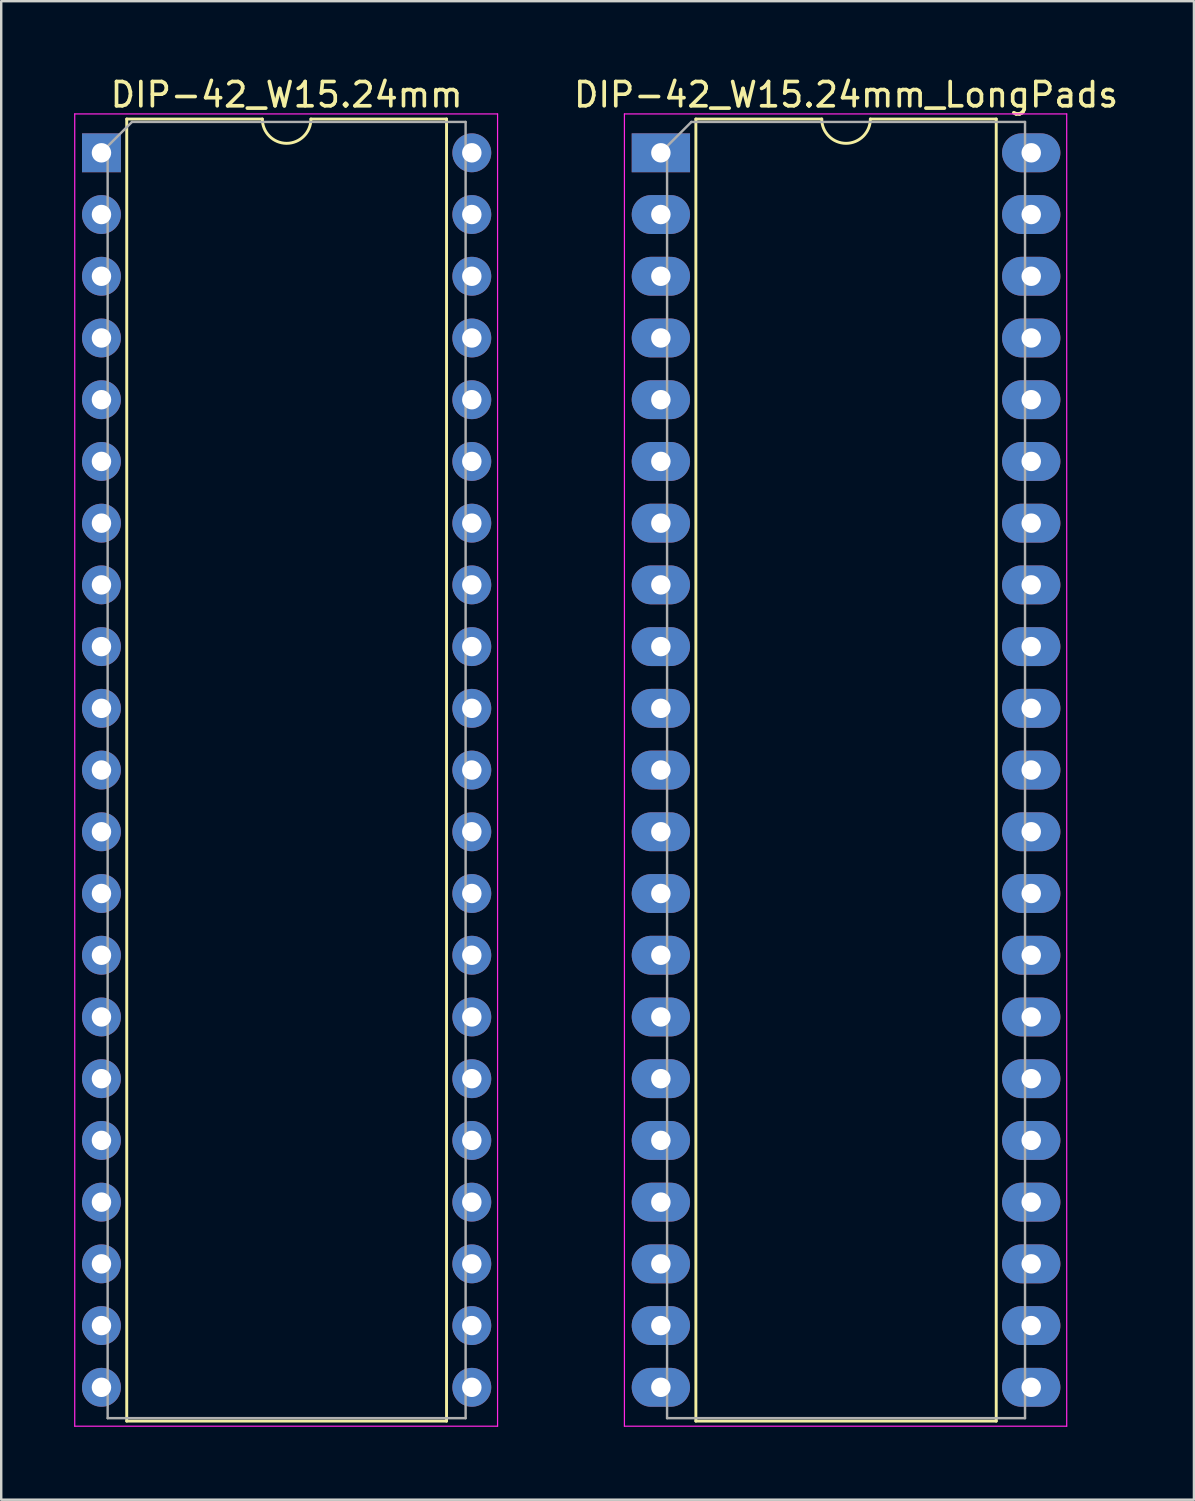
<source format=kicad_pcb>
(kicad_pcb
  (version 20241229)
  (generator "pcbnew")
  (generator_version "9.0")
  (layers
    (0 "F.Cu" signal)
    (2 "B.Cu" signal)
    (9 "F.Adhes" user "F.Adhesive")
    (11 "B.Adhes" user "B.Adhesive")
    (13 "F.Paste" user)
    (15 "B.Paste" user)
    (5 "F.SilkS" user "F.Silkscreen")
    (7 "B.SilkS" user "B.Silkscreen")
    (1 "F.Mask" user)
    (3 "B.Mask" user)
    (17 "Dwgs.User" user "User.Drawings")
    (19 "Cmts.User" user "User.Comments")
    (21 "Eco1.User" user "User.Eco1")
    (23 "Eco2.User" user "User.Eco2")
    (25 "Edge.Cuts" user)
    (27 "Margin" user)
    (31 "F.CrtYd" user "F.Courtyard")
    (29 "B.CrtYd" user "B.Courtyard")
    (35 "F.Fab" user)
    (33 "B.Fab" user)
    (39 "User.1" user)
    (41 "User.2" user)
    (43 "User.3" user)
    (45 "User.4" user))
  (footprint "DIP-42_W15.24mm_LongPads"
    (layer "F.Cu")
    (at 24.145 3.238)
    (property "Reference" "DIP-42_W15.24mm_LongPads" (at 7.62 -2.39 0) (layer "F.SilkS") (effects (font (size 1 1) (thickness 0.15))))
    (attr through_hole)
    (fp_line (start 1.44 -1.39) (end 1.44 52.19) (stroke (width 0.12) (type solid)) (layer "F.SilkS"))
    (fp_line (start 1.44 52.19) (end 13.8 52.19) (stroke (width 0.12) (type solid)) (layer "F.SilkS"))
    (fp_line (start 6.62 -1.39) (end 1.44 -1.39) (stroke (width 0.12) (type solid)) (layer "F.SilkS"))
    (fp_line (start 13.8 -1.39) (end 8.62 -1.39) (stroke (width 0.12) (type solid)) (layer "F.SilkS"))
    (fp_line (start 13.8 52.19) (end 13.8 -1.39) (stroke (width 0.12) (type solid)) (layer "F.SilkS"))
    (fp_arc (start 8.62 -1.39) (mid 7.62 -0.39) (end 6.62 -1.39) (stroke (width 0.12) (type solid)) (layer "F.SilkS"))
    (fp_line (start -1.5 -1.6) (end -1.5 52.4) (stroke (width 0.05) (type solid)) (layer "F.CrtYd"))
    (fp_line (start -1.5 52.4) (end 16.7 52.4) (stroke (width 0.05) (type solid)) (layer "F.CrtYd"))
    (fp_line (start 16.7 -1.6) (end -1.5 -1.6) (stroke (width 0.05) (type solid)) (layer "F.CrtYd"))
    (fp_line (start 16.7 52.4) (end 16.7 -1.6) (stroke (width 0.05) (type solid)) (layer "F.CrtYd"))
    (fp_line (start 0.255 -0.27) (end 1.255 -1.27) (stroke (width 0.1) (type solid)) (layer "F.Fab"))
    (fp_line (start 0.255 52.07) (end 0.255 -0.27) (stroke (width 0.1) (type solid)) (layer "F.Fab"))
    (fp_line (start 1.255 -1.27) (end 14.985 -1.27) (stroke (width 0.1) (type solid)) (layer "F.Fab"))
    (fp_line (start 14.985 -1.27) (end 14.985 52.07) (stroke (width 0.1) (type solid)) (layer "F.Fab"))
    (fp_line (start 14.985 52.07) (end 0.255 52.07) (stroke (width 0.1) (type solid)) (layer "F.Fab"))
    (pad "1" thru_hole rect (at 0 0) (size 2.4 1.6) (drill 0.8) (layers "*.Cu" "*.Mask"))
    (pad "2" thru_hole oval (at 0 2.54) (size 2.4 1.6) (drill 0.8) (layers "*.Cu" "*.Mask"))
    (pad "3" thru_hole oval (at 0 5.08) (size 2.4 1.6) (drill 0.8) (layers "*.Cu" "*.Mask"))
    (pad "4" thru_hole oval (at 0 7.62) (size 2.4 1.6) (drill 0.8) (layers "*.Cu" "*.Mask"))
    (pad "5" thru_hole oval (at 0 10.16) (size 2.4 1.6) (drill 0.8) (layers "*.Cu" "*.Mask"))
    (pad "6" thru_hole oval (at 0 12.7) (size 2.4 1.6) (drill 0.8) (layers "*.Cu" "*.Mask"))
    (pad "7" thru_hole oval (at 0 15.24) (size 2.4 1.6) (drill 0.8) (layers "*.Cu" "*.Mask"))
    (pad "8" thru_hole oval (at 0 17.78) (size 2.4 1.6) (drill 0.8) (layers "*.Cu" "*.Mask"))
    (pad "9" thru_hole oval (at 0 20.32) (size 2.4 1.6) (drill 0.8) (layers "*.Cu" "*.Mask"))
    (pad "10" thru_hole oval (at 0 22.86) (size 2.4 1.6) (drill 0.8) (layers "*.Cu" "*.Mask"))
    (pad "11" thru_hole oval (at 0 25.4) (size 2.4 1.6) (drill 0.8) (layers "*.Cu" "*.Mask"))
    (pad "12" thru_hole oval (at 0 27.94) (size 2.4 1.6) (drill 0.8) (layers "*.Cu" "*.Mask"))
    (pad "13" thru_hole oval (at 0 30.48) (size 2.4 1.6) (drill 0.8) (layers "*.Cu" "*.Mask"))
    (pad "14" thru_hole oval (at 0 33.02) (size 2.4 1.6) (drill 0.8) (layers "*.Cu" "*.Mask"))
    (pad "15" thru_hole oval (at 0 35.56) (size 2.4 1.6) (drill 0.8) (layers "*.Cu" "*.Mask"))
    (pad "16" thru_hole oval (at 0 38.1) (size 2.4 1.6) (drill 0.8) (layers "*.Cu" "*.Mask"))
    (pad "17" thru_hole oval (at 0 40.64) (size 2.4 1.6) (drill 0.8) (layers "*.Cu" "*.Mask"))
    (pad "18" thru_hole oval (at 0 43.18) (size 2.4 1.6) (drill 0.8) (layers "*.Cu" "*.Mask"))
    (pad "19" thru_hole oval (at 0 45.72) (size 2.4 1.6) (drill 0.8) (layers "*.Cu" "*.Mask"))
    (pad "20" thru_hole oval (at 0 48.26) (size 2.4 1.6) (drill 0.8) (layers "*.Cu" "*.Mask"))
    (pad "21" thru_hole oval (at 0 50.8) (size 2.4 1.6) (drill 0.8) (layers "*.Cu" "*.Mask"))
    (pad "22" thru_hole oval (at 15.24 50.8) (size 2.4 1.6) (drill 0.8) (layers "*.Cu" "*.Mask"))
    (pad "23" thru_hole oval (at 15.24 48.26) (size 2.4 1.6) (drill 0.8) (layers "*.Cu" "*.Mask"))
    (pad "24" thru_hole oval (at 15.24 45.72) (size 2.4 1.6) (drill 0.8) (layers "*.Cu" "*.Mask"))
    (pad "25" thru_hole oval (at 15.24 43.18) (size 2.4 1.6) (drill 0.8) (layers "*.Cu" "*.Mask"))
    (pad "26" thru_hole oval (at 15.24 40.64) (size 2.4 1.6) (drill 0.8) (layers "*.Cu" "*.Mask"))
    (pad "27" thru_hole oval (at 15.24 38.1) (size 2.4 1.6) (drill 0.8) (layers "*.Cu" "*.Mask"))
    (pad "28" thru_hole oval (at 15.24 35.56) (size 2.4 1.6) (drill 0.8) (layers "*.Cu" "*.Mask"))
    (pad "29" thru_hole oval (at 15.24 33.02) (size 2.4 1.6) (drill 0.8) (layers "*.Cu" "*.Mask"))
    (pad "30" thru_hole oval (at 15.24 30.48) (size 2.4 1.6) (drill 0.8) (layers "*.Cu" "*.Mask"))
    (pad "31" thru_hole oval (at 15.24 27.94) (size 2.4 1.6) (drill 0.8) (layers "*.Cu" "*.Mask"))
    (pad "32" thru_hole oval (at 15.24 25.4) (size 2.4 1.6) (drill 0.8) (layers "*.Cu" "*.Mask"))
    (pad "33" thru_hole oval (at 15.24 22.86) (size 2.4 1.6) (drill 0.8) (layers "*.Cu" "*.Mask"))
    (pad "34" thru_hole oval (at 15.24 20.32) (size 2.4 1.6) (drill 0.8) (layers "*.Cu" "*.Mask"))
    (pad "35" thru_hole oval (at 15.24 17.78) (size 2.4 1.6) (drill 0.8) (layers "*.Cu" "*.Mask"))
    (pad "36" thru_hole oval (at 15.24 15.24) (size 2.4 1.6) (drill 0.8) (layers "*.Cu" "*.Mask"))
    (pad "37" thru_hole oval (at 15.24 12.7) (size 2.4 1.6) (drill 0.8) (layers "*.Cu" "*.Mask"))
    (pad "38" thru_hole oval (at 15.24 10.16) (size 2.4 1.6) (drill 0.8) (layers "*.Cu" "*.Mask"))
    (pad "39" thru_hole oval (at 15.24 7.62) (size 2.4 1.6) (drill 0.8) (layers "*.Cu" "*.Mask"))
    (pad "40" thru_hole oval (at 15.24 5.08) (size 2.4 1.6) (drill 0.8) (layers "*.Cu" "*.Mask"))
    (pad "41" thru_hole oval (at 15.24 2.54) (size 2.4 1.6) (drill 0.8) (layers "*.Cu" "*.Mask"))
    (pad "42" thru_hole oval (at 15.24 0) (size 2.4 1.6) (drill 0.8) (layers "*.Cu" "*.Mask")))
  (footprint "DIP-42_W15.24mm"
    (layer "F.Cu")
    (at 1.125 3.238)
    (property "Reference" "DIP-42_W15.24mm" (at 7.62 -2.39 0) (layer "F.SilkS") (effects (font (size 1 1) (thickness 0.15))))
    (attr through_hole)
    (fp_line (start 1.04 -1.39) (end 1.04 52.19) (stroke (width 0.12) (type solid)) (layer "F.SilkS"))
    (fp_line (start 1.04 52.19) (end 14.2 52.19) (stroke (width 0.12) (type solid)) (layer "F.SilkS"))
    (fp_line (start 6.62 -1.39) (end 1.04 -1.39) (stroke (width 0.12) (type solid)) (layer "F.SilkS"))
    (fp_line (start 14.2 -1.39) (end 8.62 -1.39) (stroke (width 0.12) (type solid)) (layer "F.SilkS"))
    (fp_line (start 14.2 52.19) (end 14.2 -1.39) (stroke (width 0.12) (type solid)) (layer "F.SilkS"))
    (fp_arc (start 8.62 -1.39) (mid 7.62 -0.39) (end 6.62 -1.39) (stroke (width 0.12) (type solid)) (layer "F.SilkS"))
    (fp_line (start -1.1 -1.6) (end -1.1 52.4) (stroke (width 0.05) (type solid)) (layer "F.CrtYd"))
    (fp_line (start -1.1 52.4) (end 16.3 52.4) (stroke (width 0.05) (type solid)) (layer "F.CrtYd"))
    (fp_line (start 16.3 -1.6) (end -1.1 -1.6) (stroke (width 0.05) (type solid)) (layer "F.CrtYd"))
    (fp_line (start 16.3 52.4) (end 16.3 -1.6) (stroke (width 0.05) (type solid)) (layer "F.CrtYd"))
    (fp_line (start 0.255 -0.27) (end 1.255 -1.27) (stroke (width 0.1) (type solid)) (layer "F.Fab"))
    (fp_line (start 0.255 52.07) (end 0.255 -0.27) (stroke (width 0.1) (type solid)) (layer "F.Fab"))
    (fp_line (start 1.255 -1.27) (end 14.985 -1.27) (stroke (width 0.1) (type solid)) (layer "F.Fab"))
    (fp_line (start 14.985 -1.27) (end 14.985 52.07) (stroke (width 0.1) (type solid)) (layer "F.Fab"))
    (fp_line (start 14.985 52.07) (end 0.255 52.07) (stroke (width 0.1) (type solid)) (layer "F.Fab"))
    (pad "1" thru_hole rect (at 0 0) (size 1.6 1.6) (drill 0.8) (layers "*.Cu" "*.Mask"))
    (pad "2" thru_hole oval (at 0 2.54) (size 1.6 1.6) (drill 0.8) (layers "*.Cu" "*.Mask"))
    (pad "3" thru_hole oval (at 0 5.08) (size 1.6 1.6) (drill 0.8) (layers "*.Cu" "*.Mask"))
    (pad "4" thru_hole oval (at 0 7.62) (size 1.6 1.6) (drill 0.8) (layers "*.Cu" "*.Mask"))
    (pad "5" thru_hole oval (at 0 10.16) (size 1.6 1.6) (drill 0.8) (layers "*.Cu" "*.Mask"))
    (pad "6" thru_hole oval (at 0 12.7) (size 1.6 1.6) (drill 0.8) (layers "*.Cu" "*.Mask"))
    (pad "7" thru_hole oval (at 0 15.24) (size 1.6 1.6) (drill 0.8) (layers "*.Cu" "*.Mask"))
    (pad "8" thru_hole oval (at 0 17.78) (size 1.6 1.6) (drill 0.8) (layers "*.Cu" "*.Mask"))
    (pad "9" thru_hole oval (at 0 20.32) (size 1.6 1.6) (drill 0.8) (layers "*.Cu" "*.Mask"))
    (pad "10" thru_hole oval (at 0 22.86) (size 1.6 1.6) (drill 0.8) (layers "*.Cu" "*.Mask"))
    (pad "11" thru_hole oval (at 0 25.4) (size 1.6 1.6) (drill 0.8) (layers "*.Cu" "*.Mask"))
    (pad "12" thru_hole oval (at 0 27.94) (size 1.6 1.6) (drill 0.8) (layers "*.Cu" "*.Mask"))
    (pad "13" thru_hole oval (at 0 30.48) (size 1.6 1.6) (drill 0.8) (layers "*.Cu" "*.Mask"))
    (pad "14" thru_hole oval (at 0 33.02) (size 1.6 1.6) (drill 0.8) (layers "*.Cu" "*.Mask"))
    (pad "15" thru_hole oval (at 0 35.56) (size 1.6 1.6) (drill 0.8) (layers "*.Cu" "*.Mask"))
    (pad "16" thru_hole oval (at 0 38.1) (size 1.6 1.6) (drill 0.8) (layers "*.Cu" "*.Mask"))
    (pad "17" thru_hole oval (at 0 40.64) (size 1.6 1.6) (drill 0.8) (layers "*.Cu" "*.Mask"))
    (pad "18" thru_hole oval (at 0 43.18) (size 1.6 1.6) (drill 0.8) (layers "*.Cu" "*.Mask"))
    (pad "19" thru_hole oval (at 0 45.72) (size 1.6 1.6) (drill 0.8) (layers "*.Cu" "*.Mask"))
    (pad "20" thru_hole oval (at 0 48.26) (size 1.6 1.6) (drill 0.8) (layers "*.Cu" "*.Mask"))
    (pad "21" thru_hole oval (at 0 50.8) (size 1.6 1.6) (drill 0.8) (layers "*.Cu" "*.Mask"))
    (pad "22" thru_hole oval (at 15.24 50.8) (size 1.6 1.6) (drill 0.8) (layers "*.Cu" "*.Mask"))
    (pad "23" thru_hole oval (at 15.24 48.26) (size 1.6 1.6) (drill 0.8) (layers "*.Cu" "*.Mask"))
    (pad "24" thru_hole oval (at 15.24 45.72) (size 1.6 1.6) (drill 0.8) (layers "*.Cu" "*.Mask"))
    (pad "25" thru_hole oval (at 15.24 43.18) (size 1.6 1.6) (drill 0.8) (layers "*.Cu" "*.Mask"))
    (pad "26" thru_hole oval (at 15.24 40.64) (size 1.6 1.6) (drill 0.8) (layers "*.Cu" "*.Mask"))
    (pad "27" thru_hole oval (at 15.24 38.1) (size 1.6 1.6) (drill 0.8) (layers "*.Cu" "*.Mask"))
    (pad "28" thru_hole oval (at 15.24 35.56) (size 1.6 1.6) (drill 0.8) (layers "*.Cu" "*.Mask"))
    (pad "29" thru_hole oval (at 15.24 33.02) (size 1.6 1.6) (drill 0.8) (layers "*.Cu" "*.Mask"))
    (pad "30" thru_hole oval (at 15.24 30.48) (size 1.6 1.6) (drill 0.8) (layers "*.Cu" "*.Mask"))
    (pad "31" thru_hole oval (at 15.24 27.94) (size 1.6 1.6) (drill 0.8) (layers "*.Cu" "*.Mask"))
    (pad "32" thru_hole oval (at 15.24 25.4) (size 1.6 1.6) (drill 0.8) (layers "*.Cu" "*.Mask"))
    (pad "33" thru_hole oval (at 15.24 22.86) (size 1.6 1.6) (drill 0.8) (layers "*.Cu" "*.Mask"))
    (pad "34" thru_hole oval (at 15.24 20.32) (size 1.6 1.6) (drill 0.8) (layers "*.Cu" "*.Mask"))
    (pad "35" thru_hole oval (at 15.24 17.78) (size 1.6 1.6) (drill 0.8) (layers "*.Cu" "*.Mask"))
    (pad "36" thru_hole oval (at 15.24 15.24) (size 1.6 1.6) (drill 0.8) (layers "*.Cu" "*.Mask"))
    (pad "37" thru_hole oval (at 15.24 12.7) (size 1.6 1.6) (drill 0.8) (layers "*.Cu" "*.Mask"))
    (pad "38" thru_hole oval (at 15.24 10.16) (size 1.6 1.6) (drill 0.8) (layers "*.Cu" "*.Mask"))
    (pad "39" thru_hole oval (at 15.24 7.62) (size 1.6 1.6) (drill 0.8) (layers "*.Cu" "*.Mask"))
    (pad "40" thru_hole oval (at 15.24 5.08) (size 1.6 1.6) (drill 0.8) (layers "*.Cu" "*.Mask"))
    (pad "41" thru_hole oval (at 15.24 2.54) (size 1.6 1.6) (drill 0.8) (layers "*.Cu" "*.Mask"))
    (pad "42" thru_hole oval (at 15.24 0) (size 1.6 1.6) (drill 0.8) (layers "*.Cu" "*.Mask")))
  (gr_rect
    (start -3 -3)
    (end 46.081 58.663)
    (stroke (width 0.1) (type default))
    (fill no)
    (layer "Edge.Cuts")))
</source>
